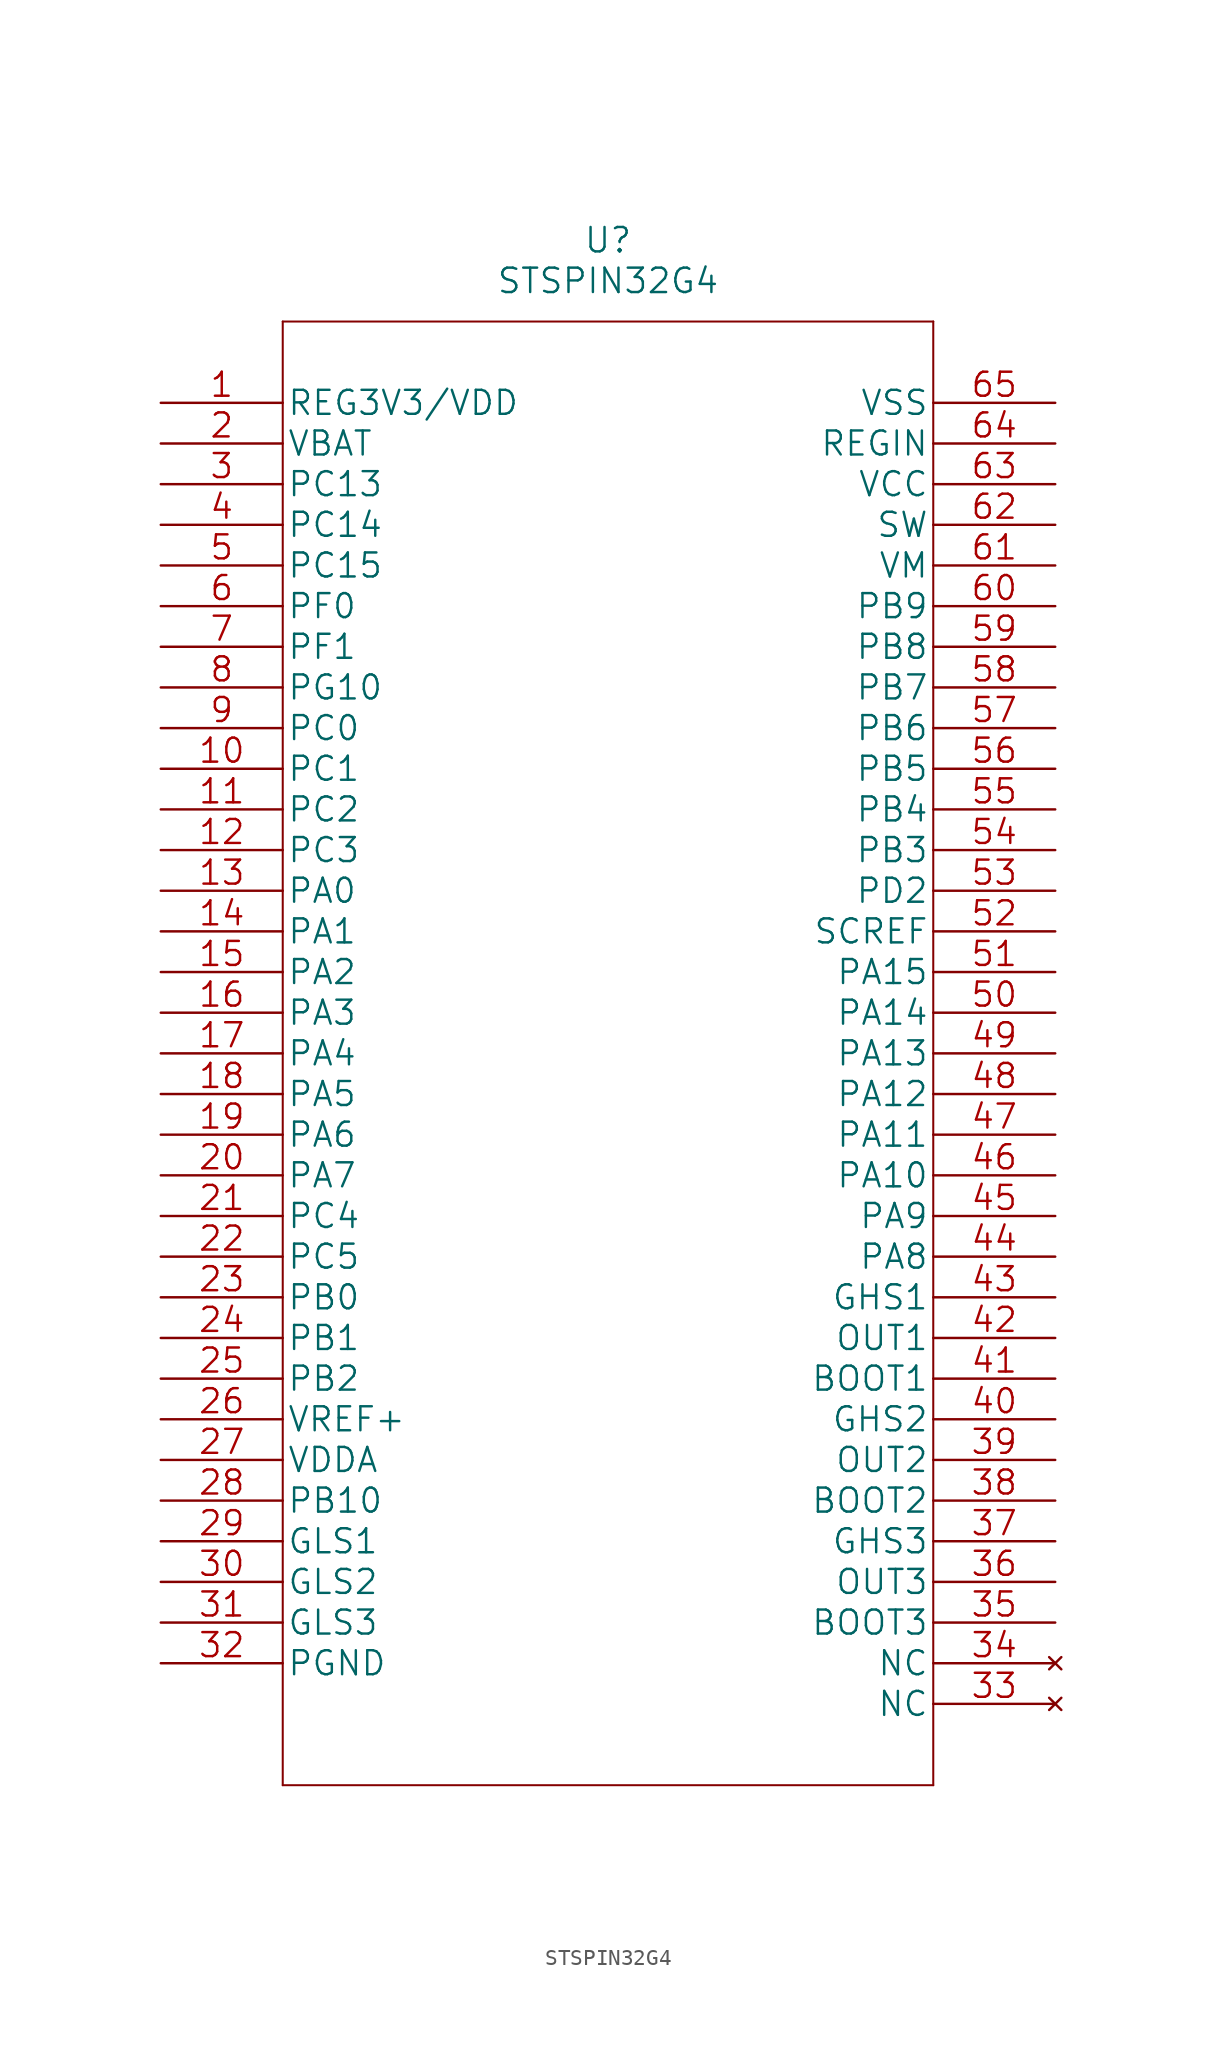
<source format=kicad_sym>
(kicad_symbol_lib
  (version 20210619)
  (generator kicad_symbol_editor)
  (symbol "STSPIN32G4"
    (pin_names
      (offset 0.254))
    (property "Reference" "U"
      (at 27.94 10.16 0)
      (effects (font (size 1.524 1.524))))
    (property "Value" "STSPIN32G4"
      (at 27.94 7.62 0)
      (effects (font (size 1.524 1.524))))
    (property "Datasheet" ""
      (at 0 0 0)
      (effects (font (size 1.524 1.524))))
    (property "ki_locked" ""
      (at 0 0 0)
      (effects (font (size 1.27 1.27))))
    (symbol "STSPIN32G4_1_1"
      (polyline (pts (xy 7.62 -86.36) (xy 48.26 -86.36)) (stroke (width 0.127)) (fill (type none)))
      (polyline (pts (xy 7.62 5.08) (xy 7.62 -86.36)) (stroke (width 0.127)) (fill (type none)))
      (polyline (pts (xy 48.26 -86.36) (xy 48.26 5.08)) (stroke (width 0.127)) (fill (type none)))
      (polyline (pts (xy 48.26 5.08) (xy 7.62 5.08)) (stroke (width 0.127)) (fill (type none)))
      (pin power_in line (at 0 0 0) (length 7.62) (name "REG3V3/VDD" (effects (font (size 1.499 1.499)))) (number "1" (effects (font (size 1.499 1.499)))))
      (pin bidirectional line (at 0 -22.86 0) (length 7.62) (name "PC1" (effects (font (size 1.499 1.499)))) (number "10" (effects (font (size 1.499 1.499)))))
      (pin bidirectional line (at 0 -25.4 0) (length 7.62) (name "PC2" (effects (font (size 1.499 1.499)))) (number "11" (effects (font (size 1.499 1.499)))))
      (pin bidirectional line (at 0 -27.94 0) (length 7.62) (name "PC3" (effects (font (size 1.499 1.499)))) (number "12" (effects (font (size 1.499 1.499)))))
      (pin bidirectional line (at 0 -30.48 0) (length 7.62) (name "PA0" (effects (font (size 1.499 1.499)))) (number "13" (effects (font (size 1.499 1.499)))))
      (pin bidirectional line (at 0 -33.02 0) (length 7.62) (name "PA1" (effects (font (size 1.499 1.499)))) (number "14" (effects (font (size 1.499 1.499)))))
      (pin bidirectional line (at 0 -35.56 0) (length 7.62) (name "PA2" (effects (font (size 1.499 1.499)))) (number "15" (effects (font (size 1.499 1.499)))))
      (pin bidirectional line (at 0 -38.1 0) (length 7.62) (name "PA3" (effects (font (size 1.499 1.499)))) (number "16" (effects (font (size 1.499 1.499)))))
      (pin bidirectional line (at 0 -40.64 0) (length 7.62) (name "PA4" (effects (font (size 1.499 1.499)))) (number "17" (effects (font (size 1.499 1.499)))))
      (pin bidirectional line (at 0 -43.18 0) (length 7.62) (name "PA5" (effects (font (size 1.499 1.499)))) (number "18" (effects (font (size 1.499 1.499)))))
      (pin bidirectional line (at 0 -45.72 0) (length 7.62) (name "PA6" (effects (font (size 1.499 1.499)))) (number "19" (effects (font (size 1.499 1.499)))))
      (pin unspecified line (at 0 -2.54 0) (length 7.62) (name "VBAT" (effects (font (size 1.499 1.499)))) (number "2" (effects (font (size 1.499 1.499)))))
      (pin bidirectional line (at 0 -48.26 0) (length 7.62) (name "PA7" (effects (font (size 1.499 1.499)))) (number "20" (effects (font (size 1.499 1.499)))))
      (pin bidirectional line (at 0 -50.8 0) (length 7.62) (name "PC4" (effects (font (size 1.499 1.499)))) (number "21" (effects (font (size 1.499 1.499)))))
      (pin bidirectional line (at 0 -53.34 0) (length 7.62) (name "PC5" (effects (font (size 1.499 1.499)))) (number "22" (effects (font (size 1.499 1.499)))))
      (pin bidirectional line (at 0 -55.88 0) (length 7.62) (name "PB0" (effects (font (size 1.499 1.499)))) (number "23" (effects (font (size 1.499 1.499)))))
      (pin bidirectional line (at 0 -58.42 0) (length 7.62) (name "PB1" (effects (font (size 1.499 1.499)))) (number "24" (effects (font (size 1.499 1.499)))))
      (pin bidirectional line (at 0 -60.96 0) (length 7.62) (name "PB2" (effects (font (size 1.499 1.499)))) (number "25" (effects (font (size 1.499 1.499)))))
      (pin power_in line (at 0 -63.5 0) (length 7.62) (name "VREF+" (effects (font (size 1.499 1.499)))) (number "26" (effects (font (size 1.499 1.499)))))
      (pin power_in line (at 0 -66.04 0) (length 7.62) (name "VDDA" (effects (font (size 1.499 1.499)))) (number "27" (effects (font (size 1.499 1.499)))))
      (pin bidirectional line (at 0 -68.58 0) (length 7.62) (name "PB10" (effects (font (size 1.499 1.499)))) (number "28" (effects (font (size 1.499 1.499)))))
      (pin bidirectional line (at 0 -71.12 0) (length 7.62) (name "GLS1" (effects (font (size 1.499 1.499)))) (number "29" (effects (font (size 1.499 1.499)))))
      (pin bidirectional line (at 0 -5.08 0) (length 7.62) (name "PC13" (effects (font (size 1.499 1.499)))) (number "3" (effects (font (size 1.499 1.499)))))
      (pin bidirectional line (at 0 -73.66 0) (length 7.62) (name "GLS2" (effects (font (size 1.499 1.499)))) (number "30" (effects (font (size 1.499 1.499)))))
      (pin bidirectional line (at 0 -76.2 0) (length 7.62) (name "GLS3" (effects (font (size 1.499 1.499)))) (number "31" (effects (font (size 1.499 1.499)))))
      (pin power_in line (at 0 -78.74 0) (length 7.62) (name "PGND" (effects (font (size 1.499 1.499)))) (number "32" (effects (font (size 1.499 1.499)))))
      (pin no_connect line (at 55.88 -81.28 180) (length 7.62) (name "NC" (effects (font (size 1.499 1.499)))) (number "33" (effects (font (size 1.499 1.499)))))
      (pin no_connect line (at 55.88 -78.74 180) (length 7.62) (name "NC" (effects (font (size 1.499 1.499)))) (number "34" (effects (font (size 1.499 1.499)))))
      (pin bidirectional line (at 55.88 -76.2 180) (length 7.62) (name "BOOT3" (effects (font (size 1.499 1.499)))) (number "35" (effects (font (size 1.499 1.499)))))
      (pin output line (at 55.88 -73.66 180) (length 7.62) (name "OUT3" (effects (font (size 1.499 1.499)))) (number "36" (effects (font (size 1.499 1.499)))))
      (pin bidirectional line (at 55.88 -71.12 180) (length 7.62) (name "GHS3" (effects (font (size 1.499 1.499)))) (number "37" (effects (font (size 1.499 1.499)))))
      (pin bidirectional line (at 55.88 -68.58 180) (length 7.62) (name "BOOT2" (effects (font (size 1.499 1.499)))) (number "38" (effects (font (size 1.499 1.499)))))
      (pin output line (at 55.88 -66.04 180) (length 7.62) (name "OUT2" (effects (font (size 1.499 1.499)))) (number "39" (effects (font (size 1.499 1.499)))))
      (pin bidirectional line (at 0 -7.62 0) (length 7.62) (name "PC14" (effects (font (size 1.499 1.499)))) (number "4" (effects (font (size 1.499 1.499)))))
      (pin bidirectional line (at 55.88 -63.5 180) (length 7.62) (name "GHS2" (effects (font (size 1.499 1.499)))) (number "40" (effects (font (size 1.499 1.499)))))
      (pin bidirectional line (at 55.88 -60.96 180) (length 7.62) (name "BOOT1" (effects (font (size 1.499 1.499)))) (number "41" (effects (font (size 1.499 1.499)))))
      (pin output line (at 55.88 -58.42 180) (length 7.62) (name "OUT1" (effects (font (size 1.499 1.499)))) (number "42" (effects (font (size 1.499 1.499)))))
      (pin bidirectional line (at 55.88 -55.88 180) (length 7.62) (name "GHS1" (effects (font (size 1.499 1.499)))) (number "43" (effects (font (size 1.499 1.499)))))
      (pin bidirectional line (at 55.88 -53.34 180) (length 7.62) (name "PA8" (effects (font (size 1.499 1.499)))) (number "44" (effects (font (size 1.499 1.499)))))
      (pin bidirectional line (at 55.88 -50.8 180) (length 7.62) (name "PA9" (effects (font (size 1.499 1.499)))) (number "45" (effects (font (size 1.499 1.499)))))
      (pin bidirectional line (at 55.88 -48.26 180) (length 7.62) (name "PA10" (effects (font (size 1.499 1.499)))) (number "46" (effects (font (size 1.499 1.499)))))
      (pin bidirectional line (at 55.88 -45.72 180) (length 7.62) (name "PA11" (effects (font (size 1.499 1.499)))) (number "47" (effects (font (size 1.499 1.499)))))
      (pin bidirectional line (at 55.88 -43.18 180) (length 7.62) (name "PA12" (effects (font (size 1.499 1.499)))) (number "48" (effects (font (size 1.499 1.499)))))
      (pin bidirectional line (at 55.88 -40.64 180) (length 7.62) (name "PA13" (effects (font (size 1.499 1.499)))) (number "49" (effects (font (size 1.499 1.499)))))
      (pin bidirectional line (at 0 -10.16 0) (length 7.62) (name "PC15" (effects (font (size 1.499 1.499)))) (number "5" (effects (font (size 1.499 1.499)))))
      (pin bidirectional line (at 55.88 -38.1 180) (length 7.62) (name "PA14" (effects (font (size 1.499 1.499)))) (number "50" (effects (font (size 1.499 1.499)))))
      (pin bidirectional line (at 55.88 -35.56 180) (length 7.62) (name "PA15" (effects (font (size 1.499 1.499)))) (number "51" (effects (font (size 1.499 1.499)))))
      (pin unspecified line (at 55.88 -33.02 180) (length 7.62) (name "SCREF" (effects (font (size 1.499 1.499)))) (number "52" (effects (font (size 1.499 1.499)))))
      (pin bidirectional line (at 55.88 -30.48 180) (length 7.62) (name "PD2" (effects (font (size 1.499 1.499)))) (number "53" (effects (font (size 1.499 1.499)))))
      (pin bidirectional line (at 55.88 -27.94 180) (length 7.62) (name "PB3" (effects (font (size 1.499 1.499)))) (number "54" (effects (font (size 1.499 1.499)))))
      (pin bidirectional line (at 55.88 -25.4 180) (length 7.62) (name "PB4" (effects (font (size 1.499 1.499)))) (number "55" (effects (font (size 1.499 1.499)))))
      (pin bidirectional line (at 55.88 -22.86 180) (length 7.62) (name "PB5" (effects (font (size 1.499 1.499)))) (number "56" (effects (font (size 1.499 1.499)))))
      (pin bidirectional line (at 55.88 -20.32 180) (length 7.62) (name "PB6" (effects (font (size 1.499 1.499)))) (number "57" (effects (font (size 1.499 1.499)))))
      (pin bidirectional line (at 55.88 -17.78 180) (length 7.62) (name "PB7" (effects (font (size 1.499 1.499)))) (number "58" (effects (font (size 1.499 1.499)))))
      (pin bidirectional line (at 55.88 -15.24 180) (length 7.62) (name "PB8" (effects (font (size 1.499 1.499)))) (number "59" (effects (font (size 1.499 1.499)))))
      (pin bidirectional line (at 0 -12.7 0) (length 7.62) (name "PF0" (effects (font (size 1.499 1.499)))) (number "6" (effects (font (size 1.499 1.499)))))
      (pin bidirectional line (at 55.88 -12.7 180) (length 7.62) (name "PB9" (effects (font (size 1.499 1.499)))) (number "60" (effects (font (size 1.499 1.499)))))
      (pin unspecified line (at 55.88 -10.16 180) (length 7.62) (name "VM" (effects (font (size 1.499 1.499)))) (number "61" (effects (font (size 1.499 1.499)))))
      (pin unspecified line (at 55.88 -7.62 180) (length 7.62) (name "SW" (effects (font (size 1.499 1.499)))) (number "62" (effects (font (size 1.499 1.499)))))
      (pin power_in line (at 55.88 -5.08 180) (length 7.62) (name "VCC" (effects (font (size 1.499 1.499)))) (number "63" (effects (font (size 1.499 1.499)))))
      (pin unspecified line (at 55.88 -2.54 180) (length 7.62) (name "REGIN" (effects (font (size 1.499 1.499)))) (number "64" (effects (font (size 1.499 1.499)))))
      (pin power_in line (at 55.88 0 180) (length 7.62) (name "VSS" (effects (font (size 1.499 1.499)))) (number "65" (effects (font (size 1.499 1.499)))))
      (pin bidirectional line (at 0 -15.24 0) (length 7.62) (name "PF1" (effects (font (size 1.499 1.499)))) (number "7" (effects (font (size 1.499 1.499)))))
      (pin unspecified line (at 0 -17.78 0) (length 7.62) (name "PG10" (effects (font (size 1.499 1.499)))) (number "8" (effects (font (size 1.499 1.499)))))
      (pin bidirectional line (at 0 -20.32 0) (length 7.62) (name "PC0" (effects (font (size 1.499 1.499)))) (number "9" (effects (font (size 1.499 1.499))))))))
</source>
